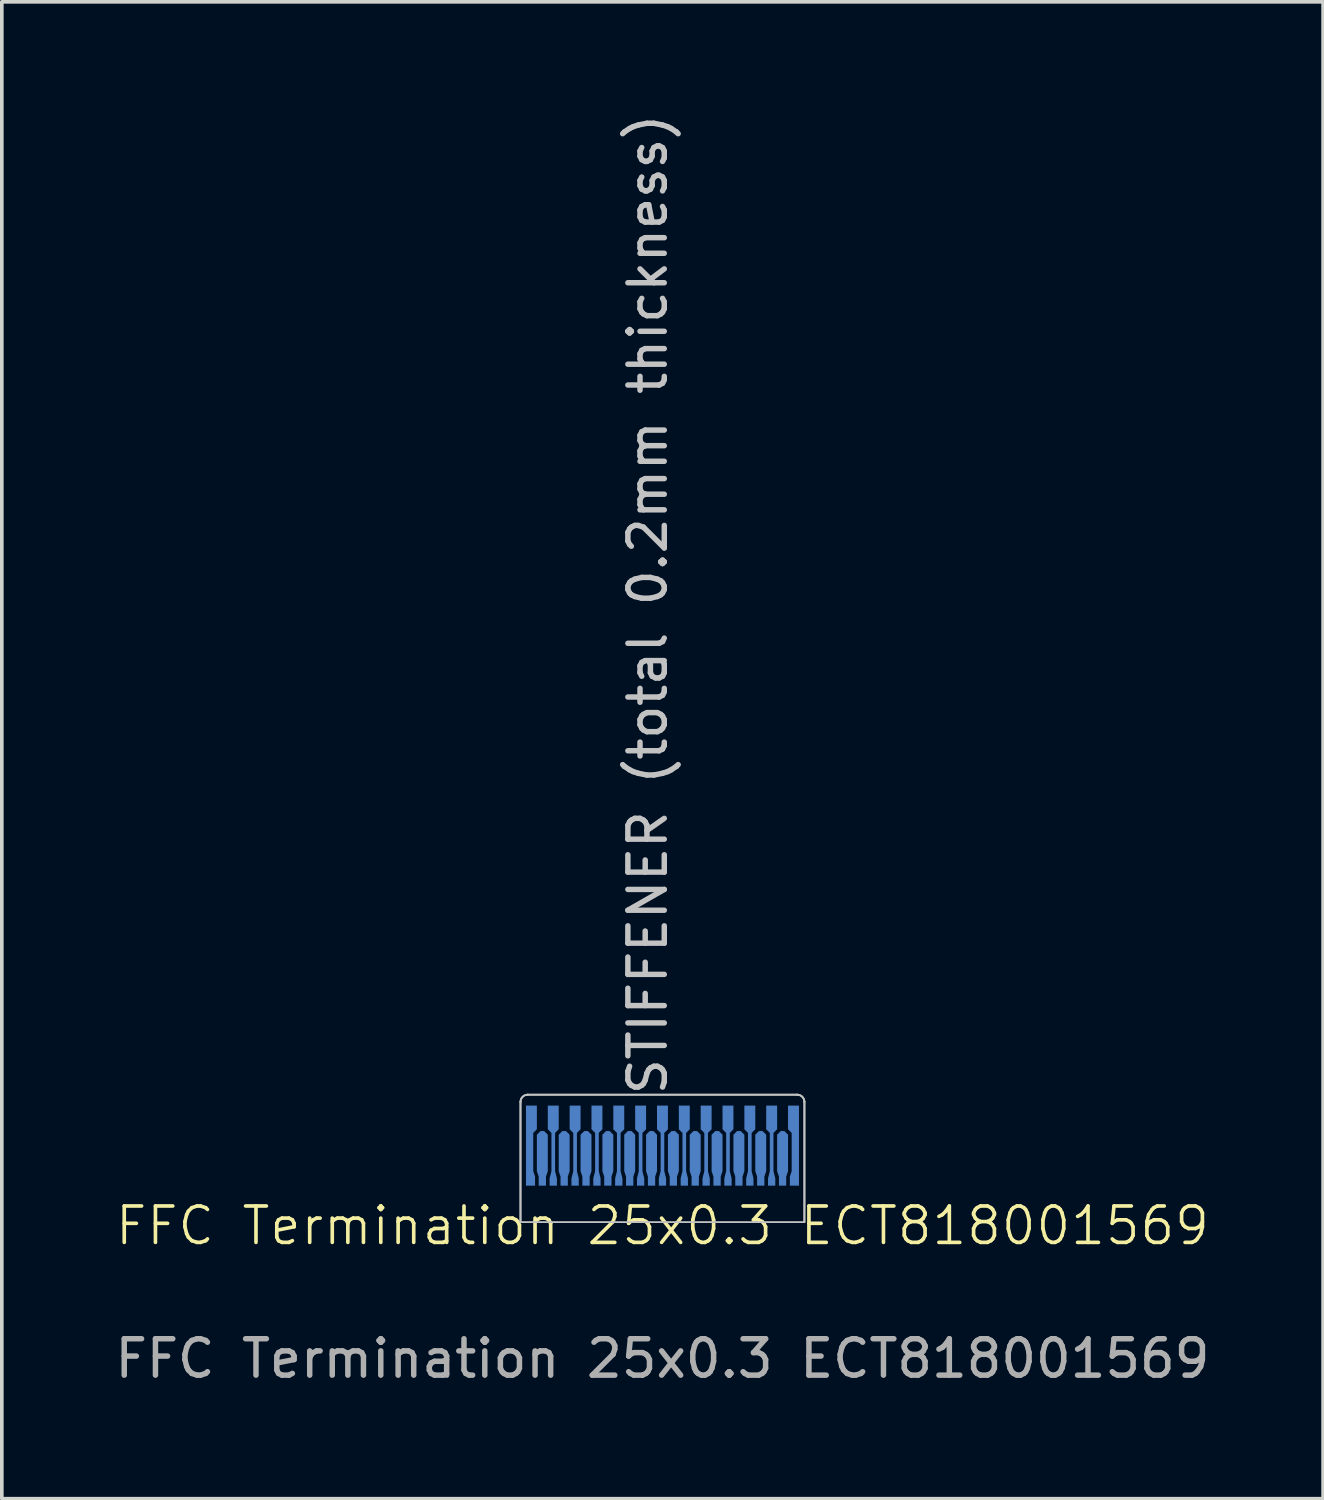
<source format=kicad_pcb>
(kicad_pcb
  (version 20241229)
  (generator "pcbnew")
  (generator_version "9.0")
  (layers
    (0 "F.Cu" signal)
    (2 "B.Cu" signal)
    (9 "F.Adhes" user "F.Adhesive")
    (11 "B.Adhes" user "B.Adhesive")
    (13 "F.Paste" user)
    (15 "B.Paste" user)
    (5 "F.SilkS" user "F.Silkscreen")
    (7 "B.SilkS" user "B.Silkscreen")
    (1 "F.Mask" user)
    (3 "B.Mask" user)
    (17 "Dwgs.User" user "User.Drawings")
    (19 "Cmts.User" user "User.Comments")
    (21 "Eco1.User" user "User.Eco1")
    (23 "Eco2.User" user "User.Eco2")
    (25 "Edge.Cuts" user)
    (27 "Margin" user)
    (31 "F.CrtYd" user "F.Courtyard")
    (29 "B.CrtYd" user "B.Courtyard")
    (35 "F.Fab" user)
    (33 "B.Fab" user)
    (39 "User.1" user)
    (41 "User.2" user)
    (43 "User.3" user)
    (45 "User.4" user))
  (footprint "FFC Termination 25x0.3 ECT818001569"
    (layer "F.Cu")
    (at 15.149 29.523)
    (property "Reference" "FFC Termination 25x0.3 ECT818001569" (at 0 1.1 0) (unlocked yes) (layer "F.SilkS") (effects (font (size 1 1) (thickness 0.1))))
    (fp_line (start -3.9 -2.3) (end -3.9 1) (stroke (width 0.05) (type default)) (layer "Dwgs.User"))
    (fp_line (start -3.9 1) (end 3.9 1) (stroke (width 0.05) (type default)) (layer "Dwgs.User"))
    (fp_line (start 3.7 -2.5) (end -3.7 -2.5) (stroke (width 0.05) (type default)) (layer "Dwgs.User"))
    (fp_line (start 3.9 -2.3) (end 3.9 1) (stroke (width 0.05) (type default)) (layer "Dwgs.User"))
    (fp_arc (start -3.9 -2.3) (mid -3.841421 -2.441421) (end -3.7 -2.5) (stroke (width 0.05) (type default)) (layer "Dwgs.User"))
    (fp_arc (start 3.7 -2.5) (mid 3.841421 -2.441421) (end 3.9 -2.3) (stroke (width 0.05) (type default)) (layer "Dwgs.User"))
    (fp_line (start -3.9 -2.3) (end -3.9 1) (stroke (width 0.05) (type default)) (layer "Edge.Cuts"))
    (fp_line (start 3.7 -2.5) (end -3.7 -2.5) (stroke (width 0.05) (type default)) (layer "Edge.Cuts"))
    (fp_line (start 3.9 -2.3) (end 3.9 1) (stroke (width 0.05) (type default)) (layer "Edge.Cuts"))
    (fp_arc (start -3.9 -2.3) (mid -3.841421 -2.441421) (end -3.7 -2.5) (stroke (width 0.05) (type default)) (layer "Edge.Cuts"))
    (fp_arc (start 3.7 -2.5) (mid 3.841421 -2.441421) (end 3.9 -2.3) (stroke (width 0.05) (type default)) (layer "Edge.Cuts"))
    (fp_text user "STIFFENER (total 0.2mm thickness)" (at 0.18 -29.523 90) (layer "Dwgs.User") (effects (font (size 1 1) (thickness 0.15)) (justify right bottom)))
    (fp_text user "${REFERENCE}" (at 0 4.75 0) (unlocked yes) (layer "F.Fab") (effects (font (size 1 1) (thickness 0.15))))
    (pad "1" connect custom (at -3.625 -0.125) (size 0.25 0.25) (layers "B.Cu" "B.Mask") (options (anchor rect)) (primitives (gr_poly (pts (xy 0.125 0.125) (xy 0.125 -0.125) (xy 0.075 -0.275) (xy 0.075 -1.325) (xy 0.175 -1.425) (xy 0.175 -2.075) (xy -0.125 -2.075) (xy -0.125 0.125)) (width 0) (fill yes))))
    (pad "2" connect custom (at -3.3 -0.125) (size 0.2 0.25) (layers "B.Cu" "B.Mask") (options (anchor rect)) (primitives (gr_poly (pts (xy -0.1 0.125) (xy 0.1 0.125) (xy 0.1 -0.125) (xy 0.15 -0.275) (xy 0.15 -1.275) (xy 0.05 -1.375) (xy -0.05 -1.375) (xy -0.15 -1.275) (xy -0.15 -0.275) (xy -0.1 -0.125)) (width 0) (fill yes))))
    (pad "3" connect custom (at -3 -0.1) (size 0.2 0.2) (layers "B.Cu" "B.Mask") (options (anchor rect)) (primitives (gr_poly (pts (xy -0.1 0.1) (xy 0.1 0.1) (xy 0.1 -0.1) (xy 0.05 -0.3) (xy 0.05 -1.35) (xy 0.15 -1.45) (xy 0.15 -2.1) (xy -0.15 -2.1) (xy -0.15 -1.45) (xy -0.05 -1.35) (xy -0.05 -0.3) (xy -0.1 -0.1)) (width 0) (fill yes))))
    (pad "4" connect custom (at -2.7 -0.125) (size 0.2 0.25) (layers "B.Cu" "B.Mask") (options (anchor rect)) (primitives (gr_poly (pts (xy -0.1 0.125) (xy 0.1 0.125) (xy 0.1 -0.125) (xy 0.15 -0.275) (xy 0.15 -1.275) (xy 0.05 -1.375) (xy -0.05 -1.375) (xy -0.15 -1.275) (xy -0.15 -0.275) (xy -0.1 -0.125)) (width 0) (fill yes))))
    (pad "5" connect custom (at -2.4 -0.1) (size 0.2 0.2) (layers "B.Cu" "B.Mask") (options (anchor rect)) (primitives (gr_poly (pts (xy -0.1 0.1) (xy 0.1 0.1) (xy 0.1 -0.1) (xy 0.05 -0.3) (xy 0.05 -1.35) (xy 0.15 -1.45) (xy 0.15 -2.1) (xy -0.15 -2.1) (xy -0.15 -1.45) (xy -0.05 -1.35) (xy -0.05 -0.3) (xy -0.1 -0.1)) (width 0) (fill yes))))
    (pad "6" connect custom (at -2.1 -0.125) (size 0.2 0.25) (layers "B.Cu" "B.Mask") (options (anchor rect)) (primitives (gr_poly (pts (xy -0.1 0.125) (xy 0.1 0.125) (xy 0.1 -0.125) (xy 0.15 -0.275) (xy 0.15 -1.275) (xy 0.05 -1.375) (xy -0.05 -1.375) (xy -0.15 -1.275) (xy -0.15 -0.275) (xy -0.1 -0.125)) (width 0) (fill yes))))
    (pad "7" connect custom (at -1.8 -0.1) (size 0.2 0.2) (layers "B.Cu" "B.Mask") (options (anchor rect)) (primitives (gr_poly (pts (xy -0.1 0.1) (xy 0.1 0.1) (xy 0.1 -0.1) (xy 0.05 -0.3) (xy 0.05 -1.35) (xy 0.15 -1.45) (xy 0.15 -2.1) (xy -0.15 -2.1) (xy -0.15 -1.45) (xy -0.05 -1.35) (xy -0.05 -0.3) (xy -0.1 -0.1)) (width 0) (fill yes))))
    (pad "8" connect custom (at -1.5 -0.125) (size 0.2 0.25) (layers "B.Cu" "B.Mask") (options (anchor rect)) (primitives (gr_poly (pts (xy -0.1 0.125) (xy 0.1 0.125) (xy 0.1 -0.125) (xy 0.15 -0.275) (xy 0.15 -1.275) (xy 0.05 -1.375) (xy -0.05 -1.375) (xy -0.15 -1.275) (xy -0.15 -0.275) (xy -0.1 -0.125)) (width 0) (fill yes))))
    (pad "9" connect custom (at -1.2 -0.1) (size 0.2 0.2) (layers "B.Cu" "B.Mask") (options (anchor rect)) (primitives (gr_poly (pts (xy -0.1 0.1) (xy 0.1 0.1) (xy 0.1 -0.1) (xy 0.05 -0.3) (xy 0.05 -1.35) (xy 0.15 -1.45) (xy 0.15 -2.1) (xy -0.15 -2.1) (xy -0.15 -1.45) (xy -0.05 -1.35) (xy -0.05 -0.3) (xy -0.1 -0.1)) (width 0) (fill yes))))
    (pad "10" connect custom (at -0.9 -0.125) (size 0.2 0.25) (layers "B.Cu" "B.Mask") (options (anchor rect)) (primitives (gr_poly (pts (xy -0.1 0.125) (xy 0.1 0.125) (xy 0.1 -0.125) (xy 0.15 -0.275) (xy 0.15 -1.275) (xy 0.05 -1.375) (xy -0.05 -1.375) (xy -0.15 -1.275) (xy -0.15 -0.275) (xy -0.1 -0.125)) (width 0) (fill yes))))
    (pad "11" connect custom (at -0.6 -0.1) (size 0.2 0.2) (layers "B.Cu" "B.Mask") (options (anchor rect)) (primitives (gr_poly (pts (xy -0.1 0.1) (xy 0.1 0.1) (xy 0.1 -0.1) (xy 0.05 -0.3) (xy 0.05 -1.35) (xy 0.15 -1.45) (xy 0.15 -2.1) (xy -0.15 -2.1) (xy -0.15 -1.45) (xy -0.05 -1.35) (xy -0.05 -0.3) (xy -0.1 -0.1)) (width 0) (fill yes))))
    (pad "12" connect custom (at -0.3 -0.125) (size 0.2 0.25) (layers "B.Cu" "B.Mask") (options (anchor rect)) (primitives (gr_poly (pts (xy -0.1 0.125) (xy 0.1 0.125) (xy 0.1 -0.125) (xy 0.15 -0.275) (xy 0.15 -1.275) (xy 0.05 -1.375) (xy -0.05 -1.375) (xy -0.15 -1.275) (xy -0.15 -0.275) (xy -0.1 -0.125)) (width 0) (fill yes))))
    (pad "13" connect custom (at 0 -0.1) (size 0.2 0.2) (layers "B.Cu" "B.Mask") (options (anchor rect)) (primitives (gr_poly (pts (xy -0.1 0.1) (xy 0.1 0.1) (xy 0.1 -0.1) (xy 0.05 -0.3) (xy 0.05 -1.35) (xy 0.15 -1.45) (xy 0.15 -2.1) (xy -0.15 -2.1) (xy -0.15 -1.45) (xy -0.05 -1.35) (xy -0.05 -0.3) (xy -0.1 -0.1)) (width 0) (fill yes))))
    (pad "14" connect custom (at 0.3 -0.125) (size 0.2 0.25) (layers "B.Cu" "B.Mask") (options (anchor rect)) (primitives (gr_poly (pts (xy -0.1 0.125) (xy 0.1 0.125) (xy 0.1 -0.125) (xy 0.15 -0.275) (xy 0.15 -1.275) (xy 0.05 -1.375) (xy -0.05 -1.375) (xy -0.15 -1.275) (xy -0.15 -0.275) (xy -0.1 -0.125)) (width 0) (fill yes))))
    (pad "15" connect custom (at 0.6 -0.1) (size 0.2 0.2) (layers "B.Cu" "B.Mask") (options (anchor rect)) (primitives (gr_poly (pts (xy -0.1 0.1) (xy 0.1 0.1) (xy 0.1 -0.1) (xy 0.05 -0.3) (xy 0.05 -1.35) (xy 0.15 -1.45) (xy 0.15 -2.1) (xy -0.15 -2.1) (xy -0.15 -1.45) (xy -0.05 -1.35) (xy -0.05 -0.3) (xy -0.1 -0.1)) (width 0) (fill yes))))
    (pad "16" connect custom (at 0.9 -0.125) (size 0.2 0.25) (layers "B.Cu" "B.Mask") (options (anchor rect)) (primitives (gr_poly (pts (xy -0.1 0.125) (xy 0.1 0.125) (xy 0.1 -0.125) (xy 0.15 -0.275) (xy 0.15 -1.275) (xy 0.05 -1.375) (xy -0.05 -1.375) (xy -0.15 -1.275) (xy -0.15 -0.275) (xy -0.1 -0.125)) (width 0) (fill yes))))
    (pad "17" connect custom (at 1.2 -0.1) (size 0.2 0.2) (layers "B.Cu" "B.Mask") (options (anchor rect)) (primitives (gr_poly (pts (xy -0.1 0.1) (xy 0.1 0.1) (xy 0.1 -0.1) (xy 0.05 -0.3) (xy 0.05 -1.35) (xy 0.15 -1.45) (xy 0.15 -2.1) (xy -0.15 -2.1) (xy -0.15 -1.45) (xy -0.05 -1.35) (xy -0.05 -0.3) (xy -0.1 -0.1)) (width 0) (fill yes))))
    (pad "18" connect custom (at 1.5 -0.125) (size 0.2 0.25) (layers "B.Cu" "B.Mask") (options (anchor rect)) (primitives (gr_poly (pts (xy -0.1 0.125) (xy 0.1 0.125) (xy 0.1 -0.125) (xy 0.15 -0.275) (xy 0.15 -1.275) (xy 0.05 -1.375) (xy -0.05 -1.375) (xy -0.15 -1.275) (xy -0.15 -0.275) (xy -0.1 -0.125)) (width 0) (fill yes))))
    (pad "19" connect custom (at 1.8 -0.1) (size 0.2 0.2) (layers "B.Cu" "B.Mask") (options (anchor rect)) (primitives (gr_poly (pts (xy -0.1 0.1) (xy 0.1 0.1) (xy 0.1 -0.1) (xy 0.05 -0.3) (xy 0.05 -1.35) (xy 0.15 -1.45) (xy 0.15 -2.1) (xy -0.15 -2.1) (xy -0.15 -1.45) (xy -0.05 -1.35) (xy -0.05 -0.3) (xy -0.1 -0.1)) (width 0) (fill yes))))
    (pad "20" connect custom (at 2.1 -0.125) (size 0.2 0.25) (layers "B.Cu" "B.Mask") (options (anchor rect)) (primitives (gr_poly (pts (xy -0.1 0.125) (xy 0.1 0.125) (xy 0.1 -0.125) (xy 0.15 -0.275) (xy 0.15 -1.275) (xy 0.05 -1.375) (xy -0.05 -1.375) (xy -0.15 -1.275) (xy -0.15 -0.275) (xy -0.1 -0.125)) (width 0) (fill yes))))
    (pad "21" connect custom (at 2.4 -0.1) (size 0.2 0.2) (layers "B.Cu" "B.Mask") (options (anchor rect)) (primitives (gr_poly (pts (xy -0.1 0.1) (xy 0.1 0.1) (xy 0.1 -0.1) (xy 0.05 -0.3) (xy 0.05 -1.35) (xy 0.15 -1.45) (xy 0.15 -2.1) (xy -0.15 -2.1) (xy -0.15 -1.45) (xy -0.05 -1.35) (xy -0.05 -0.3) (xy -0.1 -0.1)) (width 0) (fill yes))))
    (pad "22" connect custom (at 2.7 -0.125) (size 0.2 0.25) (layers "B.Cu" "B.Mask") (options (anchor rect)) (primitives (gr_poly (pts (xy -0.1 0.125) (xy 0.1 0.125) (xy 0.1 -0.125) (xy 0.15 -0.275) (xy 0.15 -1.275) (xy 0.05 -1.375) (xy -0.05 -1.375) (xy -0.15 -1.275) (xy -0.15 -0.275) (xy -0.1 -0.125)) (width 0) (fill yes))))
    (pad "23" connect custom (at 3 -0.1) (size 0.2 0.2) (layers "B.Cu" "B.Mask") (options (anchor rect)) (primitives (gr_poly (pts (xy -0.1 0.1) (xy 0.1 0.1) (xy 0.1 -0.1) (xy 0.05 -0.3) (xy 0.05 -1.35) (xy 0.15 -1.45) (xy 0.15 -2.1) (xy -0.15 -2.1) (xy -0.15 -1.45) (xy -0.05 -1.35) (xy -0.05 -0.3) (xy -0.1 -0.1)) (width 0) (fill yes))))
    (pad "24" connect custom (at 3.3 -0.125) (size 0.2 0.25) (layers "B.Cu" "B.Mask") (options (anchor rect)) (primitives (gr_poly (pts (xy -0.1 0.125) (xy 0.1 0.125) (xy 0.1 -0.125) (xy 0.15 -0.275) (xy 0.15 -1.275) (xy 0.05 -1.375) (xy -0.05 -1.375) (xy -0.15 -1.275) (xy -0.15 -0.275) (xy -0.1 -0.125)) (width 0) (fill yes))))
    (pad "25" connect custom (at 3.625 -0.125) (size 0.25 0.25) (layers "B.Cu" "B.Mask") (options (anchor rect)) (primitives (gr_poly (pts (xy -0.125 0.125) (xy -0.125 -0.125) (xy -0.075 -0.275) (xy -0.075 -1.325) (xy -0.175 -1.425) (xy -0.175 -2.075) (xy 0.125 -2.075) (xy 0.125 0.125)) (width 0) (fill yes)))))
  (gr_rect
    (start -3 -3)
    (end 33.298 38.121)
    (stroke (width 0.1) (type default))
    (fill no)
    (layer "Edge.Cuts")))
</source>
